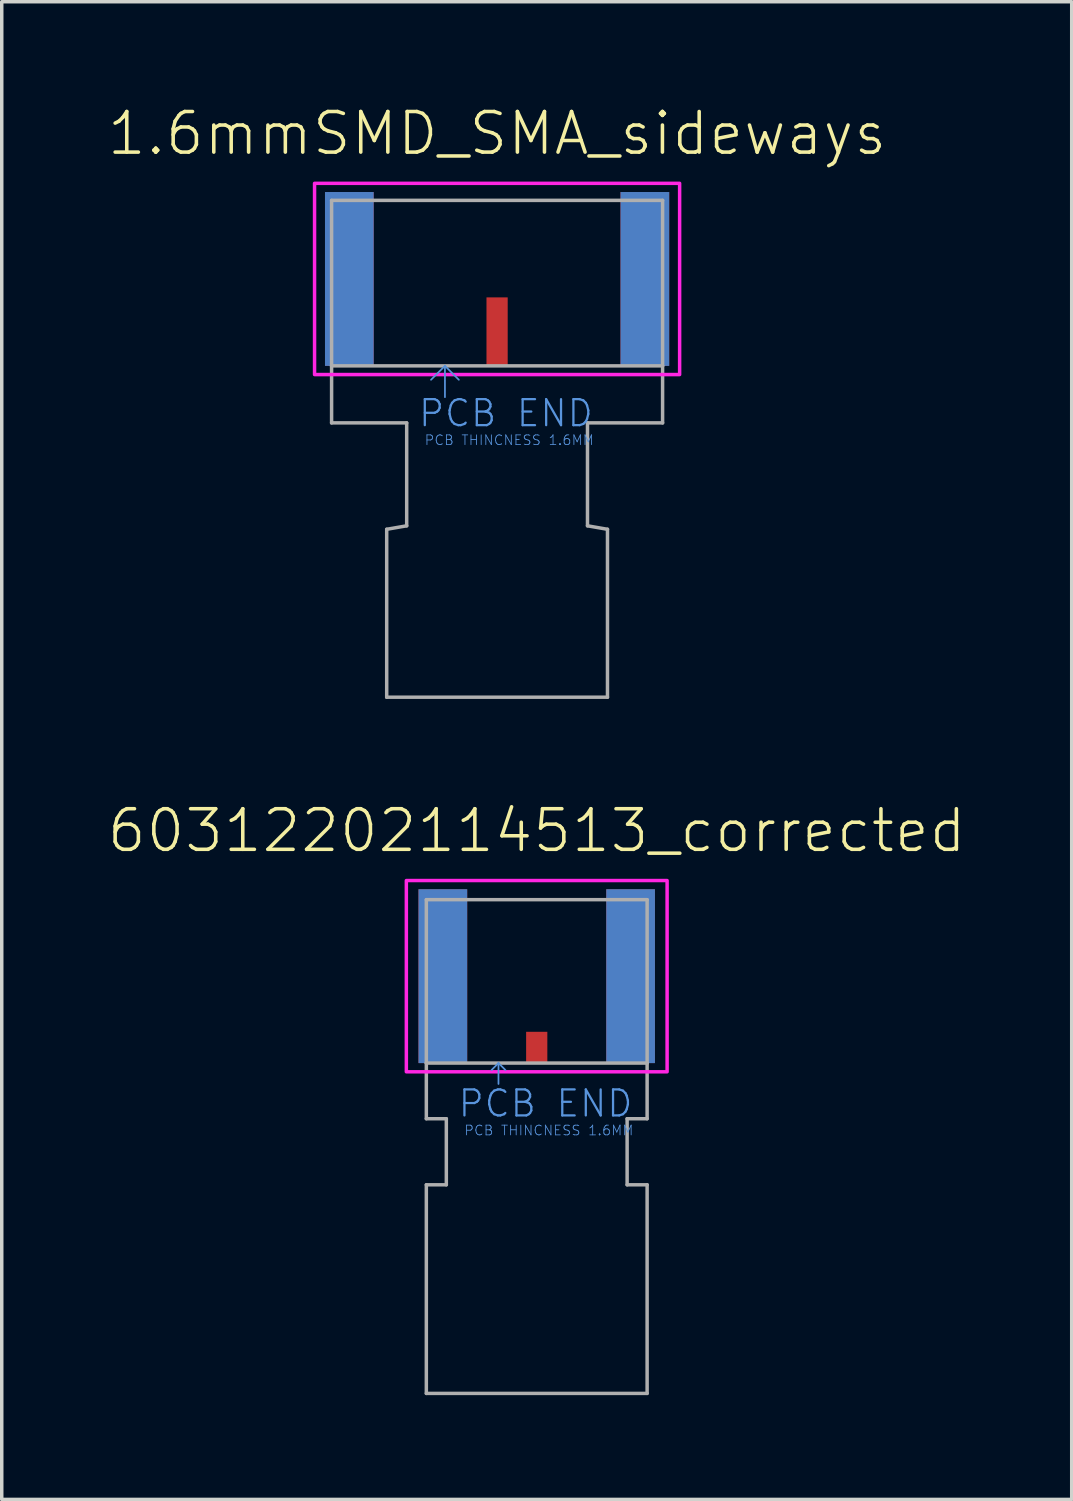
<source format=kicad_pcb>
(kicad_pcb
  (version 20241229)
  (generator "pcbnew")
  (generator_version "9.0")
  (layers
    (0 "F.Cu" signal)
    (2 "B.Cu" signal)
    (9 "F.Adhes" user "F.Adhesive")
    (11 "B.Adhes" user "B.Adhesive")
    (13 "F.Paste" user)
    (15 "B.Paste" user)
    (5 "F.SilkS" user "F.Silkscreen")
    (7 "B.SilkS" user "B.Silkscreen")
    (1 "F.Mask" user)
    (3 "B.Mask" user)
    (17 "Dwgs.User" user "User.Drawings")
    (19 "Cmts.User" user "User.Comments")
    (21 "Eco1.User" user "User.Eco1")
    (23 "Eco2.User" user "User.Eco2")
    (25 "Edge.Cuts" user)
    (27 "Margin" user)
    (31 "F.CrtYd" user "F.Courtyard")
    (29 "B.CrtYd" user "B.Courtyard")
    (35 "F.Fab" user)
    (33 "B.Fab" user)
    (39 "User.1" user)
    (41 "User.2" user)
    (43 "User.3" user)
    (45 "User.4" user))
  (footprint "60312202114513_corrected"
    (layer "F.Cu")
    (at 12.387 27.526)
    (property "Reference" "60312202114513_corrected" (at 0 -6 0) (layer "F.SilkS") (effects (font (size 1.168 1.168) (thickness 0.102)) (justify bottom)))
    (fp_line (start -1.1 0) (end -1.3 0.2) (stroke (width 0.05) (type solid)) (layer "Cmts.User"))
    (fp_line (start -1.1 0) (end -1.1 0.6) (stroke (width 0.05) (type solid)) (layer "Cmts.User"))
    (fp_line (start -1.1 0) (end -0.9 0.2) (stroke (width 0.05) (type solid)) (layer "Cmts.User"))
    (fp_poly (pts (xy 3.75 0.25) (xy -3.75 0.25) (xy -3.75 -5.25) (xy 3.75 -5.25)) (stroke (width 0.1) (type solid)) (fill no) (layer "F.CrtYd"))
    (fp_line (start -3.175 -4.7) (end 3.175 -4.7) (stroke (width 0.1) (type solid)) (layer "F.Fab"))
    (fp_line (start -3.175 0) (end -3.175 -4.7) (stroke (width 0.1) (type solid)) (layer "F.Fab"))
    (fp_line (start -3.175 0) (end 3.175 0) (stroke (width 0.1) (type solid)) (layer "F.Fab"))
    (fp_line (start -3.175 1.6) (end -3.175 0) (stroke (width 0.1) (type solid)) (layer "F.Fab"))
    (fp_line (start -3.175 1.6) (end -2.6 1.6) (stroke (width 0.1) (type solid)) (layer "F.Fab"))
    (fp_line (start -3.175 9.5) (end -3.175 3.5) (stroke (width 0.1) (type solid)) (layer "F.Fab"))
    (fp_line (start -2.6 1.6) (end -2.6 3.5) (stroke (width 0.1) (type solid)) (layer "F.Fab"))
    (fp_line (start -2.6 3.5) (end -3.175 3.5) (stroke (width 0.1) (type solid)) (layer "F.Fab"))
    (fp_line (start 2.6 1.6) (end 2.6 3.5) (stroke (width 0.1) (type solid)) (layer "F.Fab"))
    (fp_line (start 2.6 1.6) (end 3.175 1.6) (stroke (width 0.1) (type solid)) (layer "F.Fab"))
    (fp_line (start 2.6 3.5) (end 3.175 3.5) (stroke (width 0.1) (type solid)) (layer "F.Fab"))
    (fp_line (start 3.175 -4.7) (end 3.175 0) (stroke (width 0.1) (type solid)) (layer "F.Fab"))
    (fp_line (start 3.175 0) (end 3.175 1.6) (stroke (width 0.1) (type solid)) (layer "F.Fab"))
    (fp_line (start 3.175 3.5) (end 3.175 9.5) (stroke (width 0.1) (type solid)) (layer "F.Fab"))
    (fp_line (start 3.175 9.5) (end -3.175 9.5) (stroke (width 0.1) (type solid)) (layer "F.Fab"))
    (fp_text user "PCB THINCNESS 1.6MM" (at -2.1 2.1 0) (layer "Cmts.User") (effects (font (size 0.28 0.28) (thickness 0.024)) (justify left bottom)))
    (fp_text user "PCB END" (at -2.3 1.6 0) (layer "Cmts.User") (effects (font (size 0.748 0.748) (thickness 0.065)) (justify left bottom)))
    (pad "1" smd rect (at 0 -0.45) (size 0.61 0.9) (layers "F.Cu" "F.Mask" "F.Paste"))
    (pad "2" smd rect (at -2.7 -2.5) (size 1.4 5) (layers "F.Cu" "F.Mask" "F.Paste"))
    (pad "2" smd rect (at -2.7 -2.5) (size 1.4 5) (layers "B.Cu" "B.Mask" "B.Paste"))
    (pad "2" smd rect (at 2.7 -2.5) (size 1.4 5) (layers "F.Cu" "F.Mask" "F.Paste"))
    (pad "2" smd rect (at 2.7 -2.5) (size 1.4 5) (layers "B.Cu" "B.Mask" "B.Paste")))
  (footprint "1.6mmSMD_SMA_sideways"
    (layer "F.Cu")
    (at 11.247 7.473)
    (property "Reference" "1.6mmSMD_SMA_sideways" (at 0 -6 0) (layer "F.SilkS") (effects (font (size 1.168 1.168) (thickness 0.102)) (justify bottom)))
    (fp_line (start -1.5 0) (end -1.9 0.4) (stroke (width 0.05) (type solid)) (layer "Cmts.User"))
    (fp_line (start -1.5 0) (end -1.5 0.9) (stroke (width 0.05) (type solid)) (layer "Cmts.User"))
    (fp_line (start -1.5 0) (end -1.1 0.4) (stroke (width 0.05) (type solid)) (layer "Cmts.User"))
    (fp_poly (pts (xy 5.25 0.25) (xy -5.25 0.25) (xy -5.25 -5.25) (xy 5.25 -5.25)) (stroke (width 0.1) (type solid)) (fill no) (layer "F.CrtYd"))
    (fp_line (start -4.76 -4.76) (end 4.76 -4.76) (stroke (width 0.1) (type solid)) (layer "F.Fab"))
    (fp_line (start -4.76 0) (end -4.76 -4.76) (stroke (width 0.1) (type solid)) (layer "F.Fab"))
    (fp_line (start -4.76 0) (end 4.76 0) (stroke (width 0.1) (type solid)) (layer "F.Fab"))
    (fp_line (start -4.76 1.64) (end -4.76 0) (stroke (width 0.1) (type solid)) (layer "F.Fab"))
    (fp_line (start -4.76 1.64) (end -2.6 1.64) (stroke (width 0.1) (type solid)) (layer "F.Fab"))
    (fp_line (start -3.175 4.7) (end -3.175 9.53) (stroke (width 0.1) (type solid)) (layer "F.Fab"))
    (fp_line (start -2.6 1.64) (end -2.6 4.6) (stroke (width 0.1) (type solid)) (layer "F.Fab"))
    (fp_line (start -2.6 4.6) (end -3.175 4.7) (stroke (width 0.1) (type solid)) (layer "F.Fab"))
    (fp_line (start 2.6 1.64) (end 2.6 4.6) (stroke (width 0.1) (type solid)) (layer "F.Fab"))
    (fp_line (start 2.6 1.64) (end 4.76 1.64) (stroke (width 0.1) (type solid)) (layer "F.Fab"))
    (fp_line (start 2.6 4.6) (end 3.175 4.7) (stroke (width 0.1) (type solid)) (layer "F.Fab"))
    (fp_line (start 3.175 4.7) (end 3.175 9.53) (stroke (width 0.1) (type solid)) (layer "F.Fab"))
    (fp_line (start 3.175 9.53) (end -3.175 9.53) (stroke (width 0.1) (type solid)) (layer "F.Fab"))
    (fp_line (start 4.76 -4.76) (end 4.76 0) (stroke (width 0.1) (type solid)) (layer "F.Fab"))
    (fp_line (start 4.76 0) (end 4.76 1.64) (stroke (width 0.1) (type solid)) (layer "F.Fab"))
    (fp_text user "PCB END" (at -2.3 1.8 0) (layer "Cmts.User") (effects (font (size 0.748 0.748) (thickness 0.065)) (justify left bottom)))
    (fp_text user "PCB THINCNESS 1.6MM" (at -2.1 2.3 0) (layer "Cmts.User") (effects (font (size 0.28 0.28) (thickness 0.024)) (justify left bottom)))
    (pad "1" smd rect (at 0 -0.985) (size 0.61 1.97) (layers "F.Cu" "F.Mask" "F.Paste"))
    (pad "2" smd rect (at -4.25 -2.5) (size 1.4 5) (layers "F.Cu" "F.Mask" "F.Paste"))
    (pad "2" smd rect (at -4.25 -2.5) (size 1.4 5) (layers "B.Cu" "B.Mask" "B.Paste"))
    (pad "2" smd rect (at 4.25 -2.5) (size 1.4 5) (layers "F.Cu" "F.Mask" "F.Paste"))
    (pad "2" smd rect (at 4.25 -2.5) (size 1.4 5) (layers "B.Cu" "B.Mask" "B.Paste")))
  (gr_rect
    (start -3 -3)
    (end 27.774 40.076)
    (stroke (width 0.1) (type default))
    (fill no)
    (layer "Edge.Cuts")))
</source>
